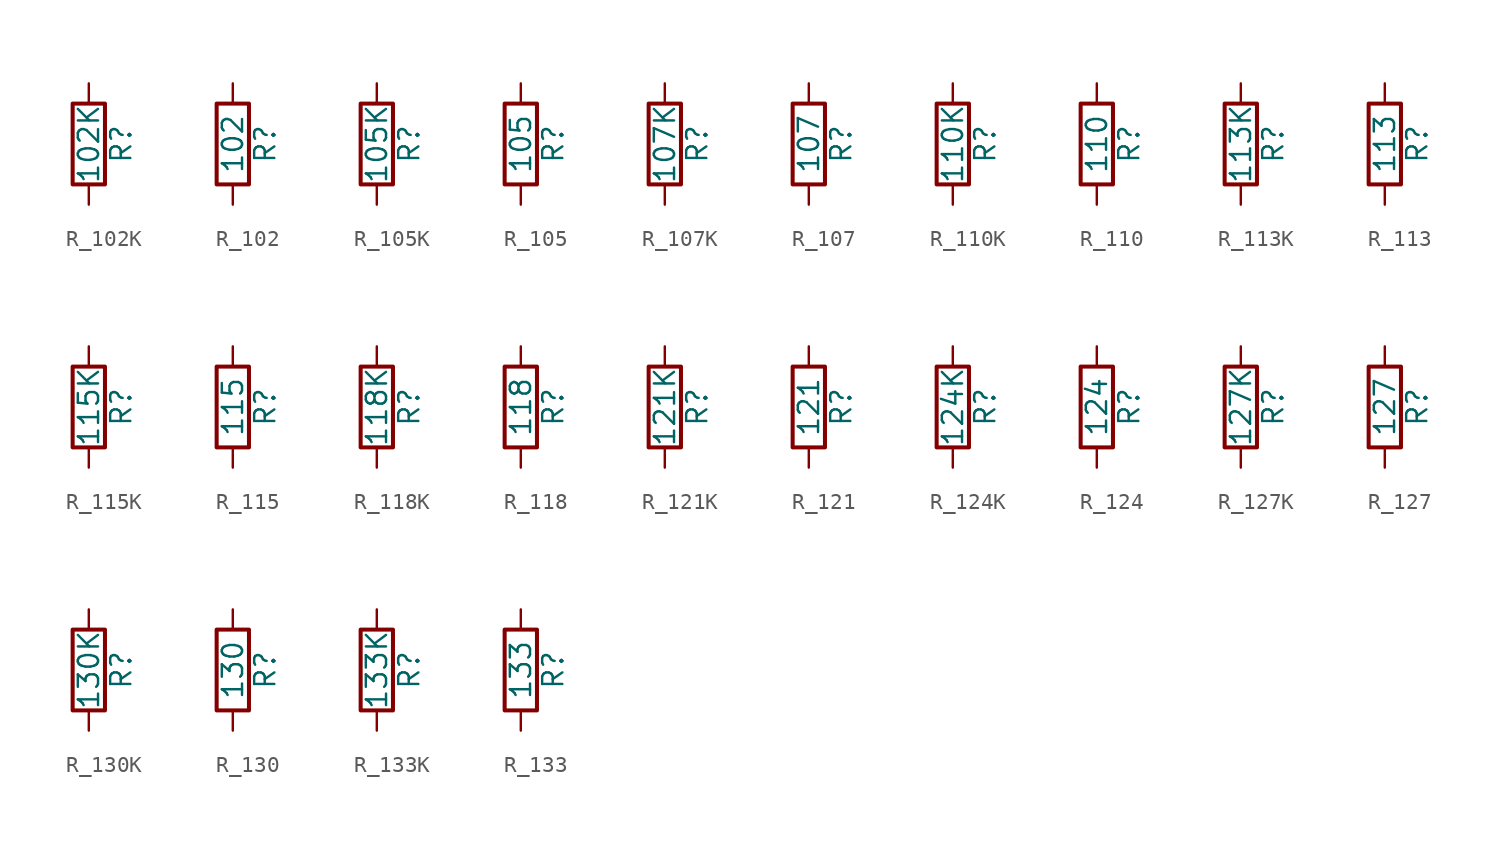
<source format=kicad_sym>
(kicad_symbol_lib
  (version 20211014)
  (generator atlantix-eda)
  (symbol "R_102K"
    (pin_numbers hide)
    (pin_names
      (offset 0))
    (property "Reference" "R"
      (at 2.032 0 90)
      (effects (font (size 1.27 1.27))))
    (property "Value" "102K"
      (at 0 0 90)
      (effects (font (size 1.27 1.27))))
    (symbol "R_102K_0_1"
      (rectangle (start -1.016 -2.54) (end 1.016 2.54) (stroke (width 0.254) (type default) (color 0 0 0 0)) (fill (type none))))
    (symbol "R_102K_1_1"
      (pin passive line (at 0 3.81 270) (length 1.27) (name "~" (effects (font (size 1.27 1.27)))) (number "1" (effects (font (size 1.27 1.27)))))
      (pin passive line (at 0 -3.81 90) (length 1.27) (name "~" (effects (font (size 1.27 1.27)))) (number "2" (effects (font (size 1.27 1.27)))))))
  (symbol "R_102"
    (pin_numbers hide)
    (pin_names
      (offset 0))
    (property "Reference" "R"
      (at 2.032 0 90)
      (effects (font (size 1.27 1.27))))
    (property "Value" "102"
      (at 0 0 90)
      (effects (font (size 1.27 1.27))))
    (symbol "R_102_0_1"
      (rectangle (start -1.016 -2.54) (end 1.016 2.54) (stroke (width 0.254) (type default) (color 0 0 0 0)) (fill (type none))))
    (symbol "R_102_1_1"
      (pin passive line (at 0 3.81 270) (length 1.27) (name "~" (effects (font (size 1.27 1.27)))) (number "1" (effects (font (size 1.27 1.27)))))
      (pin passive line (at 0 -3.81 90) (length 1.27) (name "~" (effects (font (size 1.27 1.27)))) (number "2" (effects (font (size 1.27 1.27)))))))
  (symbol "R_105K"
    (pin_numbers hide)
    (pin_names
      (offset 0))
    (property "Reference" "R"
      (at 2.032 0 90)
      (effects (font (size 1.27 1.27))))
    (property "Value" "105K"
      (at 0 0 90)
      (effects (font (size 1.27 1.27))))
    (symbol "R_105K_0_1"
      (rectangle (start -1.016 -2.54) (end 1.016 2.54) (stroke (width 0.254) (type default) (color 0 0 0 0)) (fill (type none))))
    (symbol "R_105K_1_1"
      (pin passive line (at 0 3.81 270) (length 1.27) (name "~" (effects (font (size 1.27 1.27)))) (number "1" (effects (font (size 1.27 1.27)))))
      (pin passive line (at 0 -3.81 90) (length 1.27) (name "~" (effects (font (size 1.27 1.27)))) (number "2" (effects (font (size 1.27 1.27)))))))
  (symbol "R_105"
    (pin_numbers hide)
    (pin_names
      (offset 0))
    (property "Reference" "R"
      (at 2.032 0 90)
      (effects (font (size 1.27 1.27))))
    (property "Value" "105"
      (at 0 0 90)
      (effects (font (size 1.27 1.27))))
    (symbol "R_105_0_1"
      (rectangle (start -1.016 -2.54) (end 1.016 2.54) (stroke (width 0.254) (type default) (color 0 0 0 0)) (fill (type none))))
    (symbol "R_105_1_1"
      (pin passive line (at 0 3.81 270) (length 1.27) (name "~" (effects (font (size 1.27 1.27)))) (number "1" (effects (font (size 1.27 1.27)))))
      (pin passive line (at 0 -3.81 90) (length 1.27) (name "~" (effects (font (size 1.27 1.27)))) (number "2" (effects (font (size 1.27 1.27)))))))
  (symbol "R_107K"
    (pin_numbers hide)
    (pin_names
      (offset 0))
    (property "Reference" "R"
      (at 2.032 0 90)
      (effects (font (size 1.27 1.27))))
    (property "Value" "107K"
      (at 0 0 90)
      (effects (font (size 1.27 1.27))))
    (symbol "R_107K_0_1"
      (rectangle (start -1.016 -2.54) (end 1.016 2.54) (stroke (width 0.254) (type default) (color 0 0 0 0)) (fill (type none))))
    (symbol "R_107K_1_1"
      (pin passive line (at 0 3.81 270) (length 1.27) (name "~" (effects (font (size 1.27 1.27)))) (number "1" (effects (font (size 1.27 1.27)))))
      (pin passive line (at 0 -3.81 90) (length 1.27) (name "~" (effects (font (size 1.27 1.27)))) (number "2" (effects (font (size 1.27 1.27)))))))
  (symbol "R_107"
    (pin_numbers hide)
    (pin_names
      (offset 0))
    (property "Reference" "R"
      (at 2.032 0 90)
      (effects (font (size 1.27 1.27))))
    (property "Value" "107"
      (at 0 0 90)
      (effects (font (size 1.27 1.27))))
    (symbol "R_107_0_1"
      (rectangle (start -1.016 -2.54) (end 1.016 2.54) (stroke (width 0.254) (type default) (color 0 0 0 0)) (fill (type none))))
    (symbol "R_107_1_1"
      (pin passive line (at 0 3.81 270) (length 1.27) (name "~" (effects (font (size 1.27 1.27)))) (number "1" (effects (font (size 1.27 1.27)))))
      (pin passive line (at 0 -3.81 90) (length 1.27) (name "~" (effects (font (size 1.27 1.27)))) (number "2" (effects (font (size 1.27 1.27)))))))
  (symbol "R_110K"
    (pin_numbers hide)
    (pin_names
      (offset 0))
    (property "Reference" "R"
      (at 2.032 0 90)
      (effects (font (size 1.27 1.27))))
    (property "Value" "110K"
      (at 0 0 90)
      (effects (font (size 1.27 1.27))))
    (symbol "R_110K_0_1"
      (rectangle (start -1.016 -2.54) (end 1.016 2.54) (stroke (width 0.254) (type default) (color 0 0 0 0)) (fill (type none))))
    (symbol "R_110K_1_1"
      (pin passive line (at 0 3.81 270) (length 1.27) (name "~" (effects (font (size 1.27 1.27)))) (number "1" (effects (font (size 1.27 1.27)))))
      (pin passive line (at 0 -3.81 90) (length 1.27) (name "~" (effects (font (size 1.27 1.27)))) (number "2" (effects (font (size 1.27 1.27)))))))
  (symbol "R_110"
    (pin_numbers hide)
    (pin_names
      (offset 0))
    (property "Reference" "R"
      (at 2.032 0 90)
      (effects (font (size 1.27 1.27))))
    (property "Value" "110"
      (at 0 0 90)
      (effects (font (size 1.27 1.27))))
    (symbol "R_110_0_1"
      (rectangle (start -1.016 -2.54) (end 1.016 2.54) (stroke (width 0.254) (type default) (color 0 0 0 0)) (fill (type none))))
    (symbol "R_110_1_1"
      (pin passive line (at 0 3.81 270) (length 1.27) (name "~" (effects (font (size 1.27 1.27)))) (number "1" (effects (font (size 1.27 1.27)))))
      (pin passive line (at 0 -3.81 90) (length 1.27) (name "~" (effects (font (size 1.27 1.27)))) (number "2" (effects (font (size 1.27 1.27)))))))
  (symbol "R_113K"
    (pin_numbers hide)
    (pin_names
      (offset 0))
    (property "Reference" "R"
      (at 2.032 0 90)
      (effects (font (size 1.27 1.27))))
    (property "Value" "113K"
      (at 0 0 90)
      (effects (font (size 1.27 1.27))))
    (symbol "R_113K_0_1"
      (rectangle (start -1.016 -2.54) (end 1.016 2.54) (stroke (width 0.254) (type default) (color 0 0 0 0)) (fill (type none))))
    (symbol "R_113K_1_1"
      (pin passive line (at 0 3.81 270) (length 1.27) (name "~" (effects (font (size 1.27 1.27)))) (number "1" (effects (font (size 1.27 1.27)))))
      (pin passive line (at 0 -3.81 90) (length 1.27) (name "~" (effects (font (size 1.27 1.27)))) (number "2" (effects (font (size 1.27 1.27)))))))
  (symbol "R_113"
    (pin_numbers hide)
    (pin_names
      (offset 0))
    (property "Reference" "R"
      (at 2.032 0 90)
      (effects (font (size 1.27 1.27))))
    (property "Value" "113"
      (at 0 0 90)
      (effects (font (size 1.27 1.27))))
    (symbol "R_113_0_1"
      (rectangle (start -1.016 -2.54) (end 1.016 2.54) (stroke (width 0.254) (type default) (color 0 0 0 0)) (fill (type none))))
    (symbol "R_113_1_1"
      (pin passive line (at 0 3.81 270) (length 1.27) (name "~" (effects (font (size 1.27 1.27)))) (number "1" (effects (font (size 1.27 1.27)))))
      (pin passive line (at 0 -3.81 90) (length 1.27) (name "~" (effects (font (size 1.27 1.27)))) (number "2" (effects (font (size 1.27 1.27)))))))
  (symbol "R_115K"
    (pin_numbers hide)
    (pin_names
      (offset 0))
    (property "Reference" "R"
      (at 2.032 0 90)
      (effects (font (size 1.27 1.27))))
    (property "Value" "115K"
      (at 0 0 90)
      (effects (font (size 1.27 1.27))))
    (symbol "R_115K_0_1"
      (rectangle (start -1.016 -2.54) (end 1.016 2.54) (stroke (width 0.254) (type default) (color 0 0 0 0)) (fill (type none))))
    (symbol "R_115K_1_1"
      (pin passive line (at 0 3.81 270) (length 1.27) (name "~" (effects (font (size 1.27 1.27)))) (number "1" (effects (font (size 1.27 1.27)))))
      (pin passive line (at 0 -3.81 90) (length 1.27) (name "~" (effects (font (size 1.27 1.27)))) (number "2" (effects (font (size 1.27 1.27)))))))
  (symbol "R_115"
    (pin_numbers hide)
    (pin_names
      (offset 0))
    (property "Reference" "R"
      (at 2.032 0 90)
      (effects (font (size 1.27 1.27))))
    (property "Value" "115"
      (at 0 0 90)
      (effects (font (size 1.27 1.27))))
    (symbol "R_115_0_1"
      (rectangle (start -1.016 -2.54) (end 1.016 2.54) (stroke (width 0.254) (type default) (color 0 0 0 0)) (fill (type none))))
    (symbol "R_115_1_1"
      (pin passive line (at 0 3.81 270) (length 1.27) (name "~" (effects (font (size 1.27 1.27)))) (number "1" (effects (font (size 1.27 1.27)))))
      (pin passive line (at 0 -3.81 90) (length 1.27) (name "~" (effects (font (size 1.27 1.27)))) (number "2" (effects (font (size 1.27 1.27)))))))
  (symbol "R_118K"
    (pin_numbers hide)
    (pin_names
      (offset 0))
    (property "Reference" "R"
      (at 2.032 0 90)
      (effects (font (size 1.27 1.27))))
    (property "Value" "118K"
      (at 0 0 90)
      (effects (font (size 1.27 1.27))))
    (symbol "R_118K_0_1"
      (rectangle (start -1.016 -2.54) (end 1.016 2.54) (stroke (width 0.254) (type default) (color 0 0 0 0)) (fill (type none))))
    (symbol "R_118K_1_1"
      (pin passive line (at 0 3.81 270) (length 1.27) (name "~" (effects (font (size 1.27 1.27)))) (number "1" (effects (font (size 1.27 1.27)))))
      (pin passive line (at 0 -3.81 90) (length 1.27) (name "~" (effects (font (size 1.27 1.27)))) (number "2" (effects (font (size 1.27 1.27)))))))
  (symbol "R_118"
    (pin_numbers hide)
    (pin_names
      (offset 0))
    (property "Reference" "R"
      (at 2.032 0 90)
      (effects (font (size 1.27 1.27))))
    (property "Value" "118"
      (at 0 0 90)
      (effects (font (size 1.27 1.27))))
    (symbol "R_118_0_1"
      (rectangle (start -1.016 -2.54) (end 1.016 2.54) (stroke (width 0.254) (type default) (color 0 0 0 0)) (fill (type none))))
    (symbol "R_118_1_1"
      (pin passive line (at 0 3.81 270) (length 1.27) (name "~" (effects (font (size 1.27 1.27)))) (number "1" (effects (font (size 1.27 1.27)))))
      (pin passive line (at 0 -3.81 90) (length 1.27) (name "~" (effects (font (size 1.27 1.27)))) (number "2" (effects (font (size 1.27 1.27)))))))
  (symbol "R_121K"
    (pin_numbers hide)
    (pin_names
      (offset 0))
    (property "Reference" "R"
      (at 2.032 0 90)
      (effects (font (size 1.27 1.27))))
    (property "Value" "121K"
      (at 0 0 90)
      (effects (font (size 1.27 1.27))))
    (symbol "R_121K_0_1"
      (rectangle (start -1.016 -2.54) (end 1.016 2.54) (stroke (width 0.254) (type default) (color 0 0 0 0)) (fill (type none))))
    (symbol "R_121K_1_1"
      (pin passive line (at 0 3.81 270) (length 1.27) (name "~" (effects (font (size 1.27 1.27)))) (number "1" (effects (font (size 1.27 1.27)))))
      (pin passive line (at 0 -3.81 90) (length 1.27) (name "~" (effects (font (size 1.27 1.27)))) (number "2" (effects (font (size 1.27 1.27)))))))
  (symbol "R_121"
    (pin_numbers hide)
    (pin_names
      (offset 0))
    (property "Reference" "R"
      (at 2.032 0 90)
      (effects (font (size 1.27 1.27))))
    (property "Value" "121"
      (at 0 0 90)
      (effects (font (size 1.27 1.27))))
    (symbol "R_121_0_1"
      (rectangle (start -1.016 -2.54) (end 1.016 2.54) (stroke (width 0.254) (type default) (color 0 0 0 0)) (fill (type none))))
    (symbol "R_121_1_1"
      (pin passive line (at 0 3.81 270) (length 1.27) (name "~" (effects (font (size 1.27 1.27)))) (number "1" (effects (font (size 1.27 1.27)))))
      (pin passive line (at 0 -3.81 90) (length 1.27) (name "~" (effects (font (size 1.27 1.27)))) (number "2" (effects (font (size 1.27 1.27)))))))
  (symbol "R_124K"
    (pin_numbers hide)
    (pin_names
      (offset 0))
    (property "Reference" "R"
      (at 2.032 0 90)
      (effects (font (size 1.27 1.27))))
    (property "Value" "124K"
      (at 0 0 90)
      (effects (font (size 1.27 1.27))))
    (symbol "R_124K_0_1"
      (rectangle (start -1.016 -2.54) (end 1.016 2.54) (stroke (width 0.254) (type default) (color 0 0 0 0)) (fill (type none))))
    (symbol "R_124K_1_1"
      (pin passive line (at 0 3.81 270) (length 1.27) (name "~" (effects (font (size 1.27 1.27)))) (number "1" (effects (font (size 1.27 1.27)))))
      (pin passive line (at 0 -3.81 90) (length 1.27) (name "~" (effects (font (size 1.27 1.27)))) (number "2" (effects (font (size 1.27 1.27)))))))
  (symbol "R_124"
    (pin_numbers hide)
    (pin_names
      (offset 0))
    (property "Reference" "R"
      (at 2.032 0 90)
      (effects (font (size 1.27 1.27))))
    (property "Value" "124"
      (at 0 0 90)
      (effects (font (size 1.27 1.27))))
    (symbol "R_124_0_1"
      (rectangle (start -1.016 -2.54) (end 1.016 2.54) (stroke (width 0.254) (type default) (color 0 0 0 0)) (fill (type none))))
    (symbol "R_124_1_1"
      (pin passive line (at 0 3.81 270) (length 1.27) (name "~" (effects (font (size 1.27 1.27)))) (number "1" (effects (font (size 1.27 1.27)))))
      (pin passive line (at 0 -3.81 90) (length 1.27) (name "~" (effects (font (size 1.27 1.27)))) (number "2" (effects (font (size 1.27 1.27)))))))
  (symbol "R_127K"
    (pin_numbers hide)
    (pin_names
      (offset 0))
    (property "Reference" "R"
      (at 2.032 0 90)
      (effects (font (size 1.27 1.27))))
    (property "Value" "127K"
      (at 0 0 90)
      (effects (font (size 1.27 1.27))))
    (symbol "R_127K_0_1"
      (rectangle (start -1.016 -2.54) (end 1.016 2.54) (stroke (width 0.254) (type default) (color 0 0 0 0)) (fill (type none))))
    (symbol "R_127K_1_1"
      (pin passive line (at 0 3.81 270) (length 1.27) (name "~" (effects (font (size 1.27 1.27)))) (number "1" (effects (font (size 1.27 1.27)))))
      (pin passive line (at 0 -3.81 90) (length 1.27) (name "~" (effects (font (size 1.27 1.27)))) (number "2" (effects (font (size 1.27 1.27)))))))
  (symbol "R_127"
    (pin_numbers hide)
    (pin_names
      (offset 0))
    (property "Reference" "R"
      (at 2.032 0 90)
      (effects (font (size 1.27 1.27))))
    (property "Value" "127"
      (at 0 0 90)
      (effects (font (size 1.27 1.27))))
    (symbol "R_127_0_1"
      (rectangle (start -1.016 -2.54) (end 1.016 2.54) (stroke (width 0.254) (type default) (color 0 0 0 0)) (fill (type none))))
    (symbol "R_127_1_1"
      (pin passive line (at 0 3.81 270) (length 1.27) (name "~" (effects (font (size 1.27 1.27)))) (number "1" (effects (font (size 1.27 1.27)))))
      (pin passive line (at 0 -3.81 90) (length 1.27) (name "~" (effects (font (size 1.27 1.27)))) (number "2" (effects (font (size 1.27 1.27)))))))
  (symbol "R_130K"
    (pin_numbers hide)
    (pin_names
      (offset 0))
    (property "Reference" "R"
      (at 2.032 0 90)
      (effects (font (size 1.27 1.27))))
    (property "Value" "130K"
      (at 0 0 90)
      (effects (font (size 1.27 1.27))))
    (symbol "R_130K_0_1"
      (rectangle (start -1.016 -2.54) (end 1.016 2.54) (stroke (width 0.254) (type default) (color 0 0 0 0)) (fill (type none))))
    (symbol "R_130K_1_1"
      (pin passive line (at 0 3.81 270) (length 1.27) (name "~" (effects (font (size 1.27 1.27)))) (number "1" (effects (font (size 1.27 1.27)))))
      (pin passive line (at 0 -3.81 90) (length 1.27) (name "~" (effects (font (size 1.27 1.27)))) (number "2" (effects (font (size 1.27 1.27)))))))
  (symbol "R_130"
    (pin_numbers hide)
    (pin_names
      (offset 0))
    (property "Reference" "R"
      (at 2.032 0 90)
      (effects (font (size 1.27 1.27))))
    (property "Value" "130"
      (at 0 0 90)
      (effects (font (size 1.27 1.27))))
    (symbol "R_130_0_1"
      (rectangle (start -1.016 -2.54) (end 1.016 2.54) (stroke (width 0.254) (type default) (color 0 0 0 0)) (fill (type none))))
    (symbol "R_130_1_1"
      (pin passive line (at 0 3.81 270) (length 1.27) (name "~" (effects (font (size 1.27 1.27)))) (number "1" (effects (font (size 1.27 1.27)))))
      (pin passive line (at 0 -3.81 90) (length 1.27) (name "~" (effects (font (size 1.27 1.27)))) (number "2" (effects (font (size 1.27 1.27)))))))
  (symbol "R_133K"
    (pin_numbers hide)
    (pin_names
      (offset 0))
    (property "Reference" "R"
      (at 2.032 0 90)
      (effects (font (size 1.27 1.27))))
    (property "Value" "133K"
      (at 0 0 90)
      (effects (font (size 1.27 1.27))))
    (symbol "R_133K_0_1"
      (rectangle (start -1.016 -2.54) (end 1.016 2.54) (stroke (width 0.254) (type default) (color 0 0 0 0)) (fill (type none))))
    (symbol "R_133K_1_1"
      (pin passive line (at 0 3.81 270) (length 1.27) (name "~" (effects (font (size 1.27 1.27)))) (number "1" (effects (font (size 1.27 1.27)))))
      (pin passive line (at 0 -3.81 90) (length 1.27) (name "~" (effects (font (size 1.27 1.27)))) (number "2" (effects (font (size 1.27 1.27)))))))
  (symbol "R_133"
    (pin_numbers hide)
    (pin_names
      (offset 0))
    (property "Reference" "R"
      (at 2.032 0 90)
      (effects (font (size 1.27 1.27))))
    (property "Value" "133"
      (at 0 0 90)
      (effects (font (size 1.27 1.27))))
    (symbol "R_133_0_1"
      (rectangle (start -1.016 -2.54) (end 1.016 2.54) (stroke (width 0.254) (type default) (color 0 0 0 0)) (fill (type none))))
    (symbol "R_133_1_1"
      (pin passive line (at 0 3.81 270) (length 1.27) (name "~" (effects (font (size 1.27 1.27)))) (number "1" (effects (font (size 1.27 1.27)))))
      (pin passive line (at 0 -3.81 90) (length 1.27) (name "~" (effects (font (size 1.27 1.27)))) (number "2" (effects (font (size 1.27 1.27))))))))
</source>
